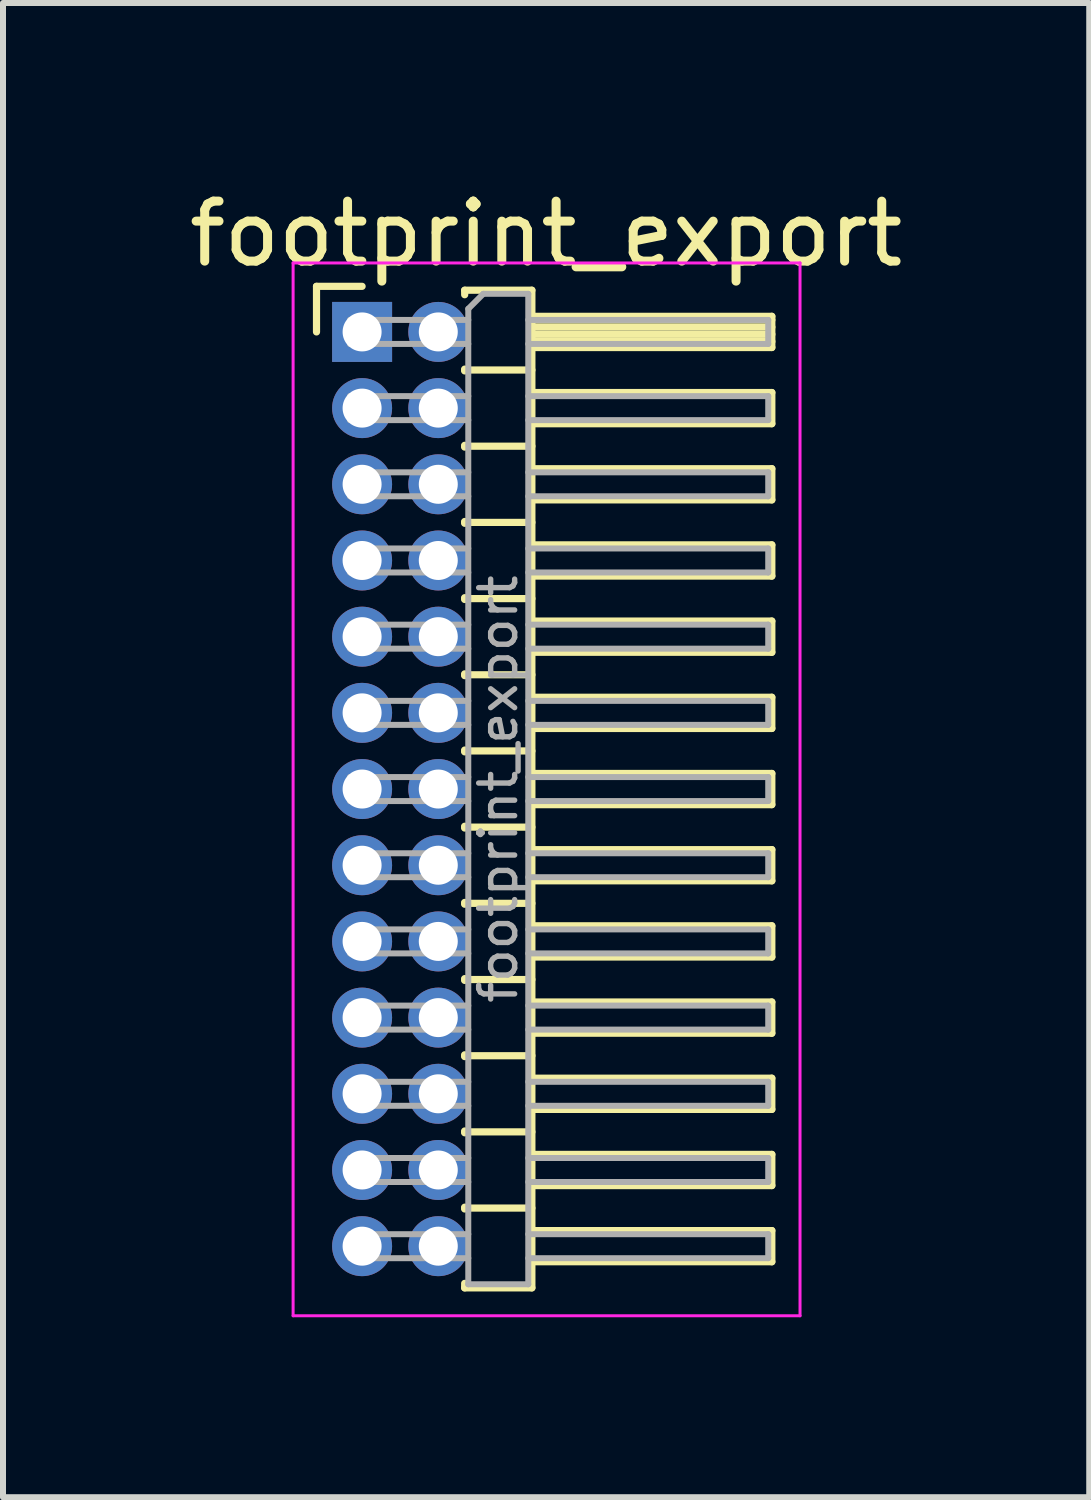
<source format=kicad_pcb>
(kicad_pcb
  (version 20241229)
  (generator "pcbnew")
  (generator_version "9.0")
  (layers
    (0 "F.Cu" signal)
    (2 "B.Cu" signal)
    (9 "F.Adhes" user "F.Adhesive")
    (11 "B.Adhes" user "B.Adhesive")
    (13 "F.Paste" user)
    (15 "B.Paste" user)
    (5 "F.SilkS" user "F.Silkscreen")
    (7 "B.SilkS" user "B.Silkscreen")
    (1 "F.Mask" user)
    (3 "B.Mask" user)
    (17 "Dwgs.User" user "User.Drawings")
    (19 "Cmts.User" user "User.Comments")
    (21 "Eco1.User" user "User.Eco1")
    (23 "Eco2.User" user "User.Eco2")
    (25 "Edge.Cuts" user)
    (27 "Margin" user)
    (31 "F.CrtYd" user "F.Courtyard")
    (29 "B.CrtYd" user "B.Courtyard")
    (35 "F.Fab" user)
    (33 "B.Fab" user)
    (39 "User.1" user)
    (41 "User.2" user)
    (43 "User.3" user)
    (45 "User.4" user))
  (footprint "footprint_export"
    (layer "F.Cu")
    (at 2.986 2.483)
    (property "Reference" "footprint_export" (at 3.067 -1.635 0) (layer "F.SilkS") (effects (font (size 1 1) (thickness 0.15))))
    (attr through_hole)
    (fp_line (start -0.76 -0.76) (end 0 -0.76) (stroke (width 0.12) (type solid)) (layer "F.SilkS"))
    (fp_line (start -0.76 0) (end -0.76 -0.76) (stroke (width 0.12) (type solid)) (layer "F.SilkS"))
    (fp_line (start 1.71 -0.695) (end 2.83 -0.695) (stroke (width 0.12) (type solid)) (layer "F.SilkS"))
    (fp_line (start 1.71 -0.62) (end 1.71 -0.695) (stroke (width 0.12) (type solid)) (layer "F.SilkS"))
    (fp_line (start 1.71 0.62) (end 1.71 0.65) (stroke (width 0.12) (type solid)) (layer "F.SilkS"))
    (fp_line (start 1.71 0.635) (end 2.83 0.635) (stroke (width 0.12) (type solid)) (layer "F.SilkS"))
    (fp_line (start 1.71 1.89) (end 1.71 1.92) (stroke (width 0.12) (type solid)) (layer "F.SilkS"))
    (fp_line (start 1.71 1.905) (end 2.83 1.905) (stroke (width 0.12) (type solid)) (layer "F.SilkS"))
    (fp_line (start 1.71 3.16) (end 1.71 3.19) (stroke (width 0.12) (type solid)) (layer "F.SilkS"))
    (fp_line (start 1.71 3.175) (end 2.83 3.175) (stroke (width 0.12) (type solid)) (layer "F.SilkS"))
    (fp_line (start 1.71 4.43) (end 1.71 4.46) (stroke (width 0.12) (type solid)) (layer "F.SilkS"))
    (fp_line (start 1.71 4.445) (end 2.83 4.445) (stroke (width 0.12) (type solid)) (layer "F.SilkS"))
    (fp_line (start 1.71 5.7) (end 1.71 5.73) (stroke (width 0.12) (type solid)) (layer "F.SilkS"))
    (fp_line (start 1.71 5.715) (end 2.83 5.715) (stroke (width 0.12) (type solid)) (layer "F.SilkS"))
    (fp_line (start 1.71 6.97) (end 1.71 7) (stroke (width 0.12) (type solid)) (layer "F.SilkS"))
    (fp_line (start 1.71 6.985) (end 2.83 6.985) (stroke (width 0.12) (type solid)) (layer "F.SilkS"))
    (fp_line (start 1.71 8.24) (end 1.71 8.27) (stroke (width 0.12) (type solid)) (layer "F.SilkS"))
    (fp_line (start 1.71 8.255) (end 2.83 8.255) (stroke (width 0.12) (type solid)) (layer "F.SilkS"))
    (fp_line (start 1.71 9.51) (end 1.71 9.54) (stroke (width 0.12) (type solid)) (layer "F.SilkS"))
    (fp_line (start 1.71 9.525) (end 2.83 9.525) (stroke (width 0.12) (type solid)) (layer "F.SilkS"))
    (fp_line (start 1.71 10.78) (end 1.71 10.81) (stroke (width 0.12) (type solid)) (layer "F.SilkS"))
    (fp_line (start 1.71 10.795) (end 2.83 10.795) (stroke (width 0.12) (type solid)) (layer "F.SilkS"))
    (fp_line (start 1.71 12.05) (end 1.71 12.08) (stroke (width 0.12) (type solid)) (layer "F.SilkS"))
    (fp_line (start 1.71 12.065) (end 2.83 12.065) (stroke (width 0.12) (type solid)) (layer "F.SilkS"))
    (fp_line (start 1.71 13.32) (end 1.71 13.35) (stroke (width 0.12) (type solid)) (layer "F.SilkS"))
    (fp_line (start 1.71 13.335) (end 2.83 13.335) (stroke (width 0.12) (type solid)) (layer "F.SilkS"))
    (fp_line (start 1.71 14.59) (end 1.71 14.62) (stroke (width 0.12) (type solid)) (layer "F.SilkS"))
    (fp_line (start 1.71 14.605) (end 2.83 14.605) (stroke (width 0.12) (type solid)) (layer "F.SilkS"))
    (fp_line (start 1.71 15.935) (end 1.71 15.86) (stroke (width 0.12) (type solid)) (layer "F.SilkS"))
    (fp_line (start 2.83 -0.695) (end 2.83 15.935) (stroke (width 0.12) (type solid)) (layer "F.SilkS"))
    (fp_line (start 2.83 -0.26) (end 6.83 -0.26) (stroke (width 0.12) (type solid)) (layer "F.SilkS"))
    (fp_line (start 2.83 -0.2) (end 6.83 -0.2) (stroke (width 0.12) (type solid)) (layer "F.SilkS"))
    (fp_line (start 2.83 -0.08) (end 6.83 -0.08) (stroke (width 0.12) (type solid)) (layer "F.SilkS"))
    (fp_line (start 2.83 0.04) (end 6.83 0.04) (stroke (width 0.12) (type solid)) (layer "F.SilkS"))
    (fp_line (start 2.83 0.16) (end 6.83 0.16) (stroke (width 0.12) (type solid)) (layer "F.SilkS"))
    (fp_line (start 2.83 1.01) (end 6.83 1.01) (stroke (width 0.12) (type solid)) (layer "F.SilkS"))
    (fp_line (start 2.83 2.28) (end 6.83 2.28) (stroke (width 0.12) (type solid)) (layer "F.SilkS"))
    (fp_line (start 2.83 3.55) (end 6.83 3.55) (stroke (width 0.12) (type solid)) (layer "F.SilkS"))
    (fp_line (start 2.83 4.82) (end 6.83 4.82) (stroke (width 0.12) (type solid)) (layer "F.SilkS"))
    (fp_line (start 2.83 6.09) (end 6.83 6.09) (stroke (width 0.12) (type solid)) (layer "F.SilkS"))
    (fp_line (start 2.83 7.36) (end 6.83 7.36) (stroke (width 0.12) (type solid)) (layer "F.SilkS"))
    (fp_line (start 2.83 8.63) (end 6.83 8.63) (stroke (width 0.12) (type solid)) (layer "F.SilkS"))
    (fp_line (start 2.83 9.9) (end 6.83 9.9) (stroke (width 0.12) (type solid)) (layer "F.SilkS"))
    (fp_line (start 2.83 11.17) (end 6.83 11.17) (stroke (width 0.12) (type solid)) (layer "F.SilkS"))
    (fp_line (start 2.83 12.44) (end 6.83 12.44) (stroke (width 0.12) (type solid)) (layer "F.SilkS"))
    (fp_line (start 2.83 13.71) (end 6.83 13.71) (stroke (width 0.12) (type solid)) (layer "F.SilkS"))
    (fp_line (start 2.83 14.98) (end 6.83 14.98) (stroke (width 0.12) (type solid)) (layer "F.SilkS"))
    (fp_line (start 2.83 15.935) (end 1.71 15.935) (stroke (width 0.12) (type solid)) (layer "F.SilkS"))
    (fp_line (start 6.83 -0.26) (end 6.83 0.26) (stroke (width 0.12) (type solid)) (layer "F.SilkS"))
    (fp_line (start 6.83 0.26) (end 2.83 0.26) (stroke (width 0.12) (type solid)) (layer "F.SilkS"))
    (fp_line (start 6.83 1.01) (end 6.83 1.53) (stroke (width 0.12) (type solid)) (layer "F.SilkS"))
    (fp_line (start 6.83 1.53) (end 2.83 1.53) (stroke (width 0.12) (type solid)) (layer "F.SilkS"))
    (fp_line (start 6.83 2.28) (end 6.83 2.8) (stroke (width 0.12) (type solid)) (layer "F.SilkS"))
    (fp_line (start 6.83 2.8) (end 2.83 2.8) (stroke (width 0.12) (type solid)) (layer "F.SilkS"))
    (fp_line (start 6.83 3.55) (end 6.83 4.07) (stroke (width 0.12) (type solid)) (layer "F.SilkS"))
    (fp_line (start 6.83 4.07) (end 2.83 4.07) (stroke (width 0.12) (type solid)) (layer "F.SilkS"))
    (fp_line (start 6.83 4.82) (end 6.83 5.34) (stroke (width 0.12) (type solid)) (layer "F.SilkS"))
    (fp_line (start 6.83 5.34) (end 2.83 5.34) (stroke (width 0.12) (type solid)) (layer "F.SilkS"))
    (fp_line (start 6.83 6.09) (end 6.83 6.61) (stroke (width 0.12) (type solid)) (layer "F.SilkS"))
    (fp_line (start 6.83 6.61) (end 2.83 6.61) (stroke (width 0.12) (type solid)) (layer "F.SilkS"))
    (fp_line (start 6.83 7.36) (end 6.83 7.88) (stroke (width 0.12) (type solid)) (layer "F.SilkS"))
    (fp_line (start 6.83 7.88) (end 2.83 7.88) (stroke (width 0.12) (type solid)) (layer "F.SilkS"))
    (fp_line (start 6.83 8.63) (end 6.83 9.15) (stroke (width 0.12) (type solid)) (layer "F.SilkS"))
    (fp_line (start 6.83 9.15) (end 2.83 9.15) (stroke (width 0.12) (type solid)) (layer "F.SilkS"))
    (fp_line (start 6.83 9.9) (end 6.83 10.42) (stroke (width 0.12) (type solid)) (layer "F.SilkS"))
    (fp_line (start 6.83 10.42) (end 2.83 10.42) (stroke (width 0.12) (type solid)) (layer "F.SilkS"))
    (fp_line (start 6.83 11.17) (end 6.83 11.69) (stroke (width 0.12) (type solid)) (layer "F.SilkS"))
    (fp_line (start 6.83 11.69) (end 2.83 11.69) (stroke (width 0.12) (type solid)) (layer "F.SilkS"))
    (fp_line (start 6.83 12.44) (end 6.83 12.96) (stroke (width 0.12) (type solid)) (layer "F.SilkS"))
    (fp_line (start 6.83 12.96) (end 2.83 12.96) (stroke (width 0.12) (type solid)) (layer "F.SilkS"))
    (fp_line (start 6.83 13.71) (end 6.83 14.23) (stroke (width 0.12) (type solid)) (layer "F.SilkS"))
    (fp_line (start 6.83 14.23) (end 2.83 14.23) (stroke (width 0.12) (type solid)) (layer "F.SilkS"))
    (fp_line (start 6.83 14.98) (end 6.83 15.5) (stroke (width 0.12) (type solid)) (layer "F.SilkS"))
    (fp_line (start 6.83 15.5) (end 2.83 15.5) (stroke (width 0.12) (type solid)) (layer "F.SilkS"))
    (fp_line (start -1.15 -1.15) (end -1.15 16.4) (stroke (width 0.05) (type solid)) (layer "F.CrtYd"))
    (fp_line (start -1.15 16.4) (end 7.3 16.4) (stroke (width 0.05) (type solid)) (layer "F.CrtYd"))
    (fp_line (start 7.3 -1.15) (end -1.15 -1.15) (stroke (width 0.05) (type solid)) (layer "F.CrtYd"))
    (fp_line (start 7.3 16.4) (end 7.3 -1.15) (stroke (width 0.05) (type solid)) (layer "F.CrtYd"))
    (fp_line (start -0.2 -0.2) (end -0.2 0.2) (stroke (width 0.1) (type solid)) (layer "F.Fab"))
    (fp_line (start -0.2 -0.2) (end 1.77 -0.2) (stroke (width 0.1) (type solid)) (layer "F.Fab"))
    (fp_line (start -0.2 0.2) (end 1.77 0.2) (stroke (width 0.1) (type solid)) (layer "F.Fab"))
    (fp_line (start -0.2 1.07) (end -0.2 1.47) (stroke (width 0.1) (type solid)) (layer "F.Fab"))
    (fp_line (start -0.2 1.07) (end 1.77 1.07) (stroke (width 0.1) (type solid)) (layer "F.Fab"))
    (fp_line (start -0.2 1.47) (end 1.77 1.47) (stroke (width 0.1) (type solid)) (layer "F.Fab"))
    (fp_line (start -0.2 2.34) (end -0.2 2.74) (stroke (width 0.1) (type solid)) (layer "F.Fab"))
    (fp_line (start -0.2 2.34) (end 1.77 2.34) (stroke (width 0.1) (type solid)) (layer "F.Fab"))
    (fp_line (start -0.2 2.74) (end 1.77 2.74) (stroke (width 0.1) (type solid)) (layer "F.Fab"))
    (fp_line (start -0.2 3.61) (end -0.2 4.01) (stroke (width 0.1) (type solid)) (layer "F.Fab"))
    (fp_line (start -0.2 3.61) (end 1.77 3.61) (stroke (width 0.1) (type solid)) (layer "F.Fab"))
    (fp_line (start -0.2 4.01) (end 1.77 4.01) (stroke (width 0.1) (type solid)) (layer "F.Fab"))
    (fp_line (start -0.2 4.88) (end -0.2 5.28) (stroke (width 0.1) (type solid)) (layer "F.Fab"))
    (fp_line (start -0.2 4.88) (end 1.77 4.88) (stroke (width 0.1) (type solid)) (layer "F.Fab"))
    (fp_line (start -0.2 5.28) (end 1.77 5.28) (stroke (width 0.1) (type solid)) (layer "F.Fab"))
    (fp_line (start -0.2 6.15) (end -0.2 6.55) (stroke (width 0.1) (type solid)) (layer "F.Fab"))
    (fp_line (start -0.2 6.15) (end 1.77 6.15) (stroke (width 0.1) (type solid)) (layer "F.Fab"))
    (fp_line (start -0.2 6.55) (end 1.77 6.55) (stroke (width 0.1) (type solid)) (layer "F.Fab"))
    (fp_line (start -0.2 7.42) (end -0.2 7.82) (stroke (width 0.1) (type solid)) (layer "F.Fab"))
    (fp_line (start -0.2 7.42) (end 1.77 7.42) (stroke (width 0.1) (type solid)) (layer "F.Fab"))
    (fp_line (start -0.2 7.82) (end 1.77 7.82) (stroke (width 0.1) (type solid)) (layer "F.Fab"))
    (fp_line (start -0.2 8.69) (end -0.2 9.09) (stroke (width 0.1) (type solid)) (layer "F.Fab"))
    (fp_line (start -0.2 8.69) (end 1.77 8.69) (stroke (width 0.1) (type solid)) (layer "F.Fab"))
    (fp_line (start -0.2 9.09) (end 1.77 9.09) (stroke (width 0.1) (type solid)) (layer "F.Fab"))
    (fp_line (start -0.2 9.96) (end -0.2 10.36) (stroke (width 0.1) (type solid)) (layer "F.Fab"))
    (fp_line (start -0.2 9.96) (end 1.77 9.96) (stroke (width 0.1) (type solid)) (layer "F.Fab"))
    (fp_line (start -0.2 10.36) (end 1.77 10.36) (stroke (width 0.1) (type solid)) (layer "F.Fab"))
    (fp_line (start -0.2 11.23) (end -0.2 11.63) (stroke (width 0.1) (type solid)) (layer "F.Fab"))
    (fp_line (start -0.2 11.23) (end 1.77 11.23) (stroke (width 0.1) (type solid)) (layer "F.Fab"))
    (fp_line (start -0.2 11.63) (end 1.77 11.63) (stroke (width 0.1) (type solid)) (layer "F.Fab"))
    (fp_line (start -0.2 12.5) (end -0.2 12.9) (stroke (width 0.1) (type solid)) (layer "F.Fab"))
    (fp_line (start -0.2 12.5) (end 1.77 12.5) (stroke (width 0.1) (type solid)) (layer "F.Fab"))
    (fp_line (start -0.2 12.9) (end 1.77 12.9) (stroke (width 0.1) (type solid)) (layer "F.Fab"))
    (fp_line (start -0.2 13.77) (end -0.2 14.17) (stroke (width 0.1) (type solid)) (layer "F.Fab"))
    (fp_line (start -0.2 13.77) (end 1.77 13.77) (stroke (width 0.1) (type solid)) (layer "F.Fab"))
    (fp_line (start -0.2 14.17) (end 1.77 14.17) (stroke (width 0.1) (type solid)) (layer "F.Fab"))
    (fp_line (start -0.2 15.04) (end -0.2 15.44) (stroke (width 0.1) (type solid)) (layer "F.Fab"))
    (fp_line (start -0.2 15.04) (end 1.77 15.04) (stroke (width 0.1) (type solid)) (layer "F.Fab"))
    (fp_line (start -0.2 15.44) (end 1.77 15.44) (stroke (width 0.1) (type solid)) (layer "F.Fab"))
    (fp_line (start 1.77 -0.385) (end 2.02 -0.635) (stroke (width 0.1) (type solid)) (layer "F.Fab"))
    (fp_line (start 1.77 15.875) (end 1.77 -0.385) (stroke (width 0.1) (type solid)) (layer "F.Fab"))
    (fp_line (start 2.02 -0.635) (end 2.77 -0.635) (stroke (width 0.1) (type solid)) (layer "F.Fab"))
    (fp_line (start 2.77 -0.635) (end 2.77 15.875) (stroke (width 0.1) (type solid)) (layer "F.Fab"))
    (fp_line (start 2.77 -0.2) (end 6.77 -0.2) (stroke (width 0.1) (type solid)) (layer "F.Fab"))
    (fp_line (start 2.77 0.2) (end 6.77 0.2) (stroke (width 0.1) (type solid)) (layer "F.Fab"))
    (fp_line (start 2.77 1.07) (end 6.77 1.07) (stroke (width 0.1) (type solid)) (layer "F.Fab"))
    (fp_line (start 2.77 1.47) (end 6.77 1.47) (stroke (width 0.1) (type solid)) (layer "F.Fab"))
    (fp_line (start 2.77 2.34) (end 6.77 2.34) (stroke (width 0.1) (type solid)) (layer "F.Fab"))
    (fp_line (start 2.77 2.74) (end 6.77 2.74) (stroke (width 0.1) (type solid)) (layer "F.Fab"))
    (fp_line (start 2.77 3.61) (end 6.77 3.61) (stroke (width 0.1) (type solid)) (layer "F.Fab"))
    (fp_line (start 2.77 4.01) (end 6.77 4.01) (stroke (width 0.1) (type solid)) (layer "F.Fab"))
    (fp_line (start 2.77 4.88) (end 6.77 4.88) (stroke (width 0.1) (type solid)) (layer "F.Fab"))
    (fp_line (start 2.77 5.28) (end 6.77 5.28) (stroke (width 0.1) (type solid)) (layer "F.Fab"))
    (fp_line (start 2.77 6.15) (end 6.77 6.15) (stroke (width 0.1) (type solid)) (layer "F.Fab"))
    (fp_line (start 2.77 6.55) (end 6.77 6.55) (stroke (width 0.1) (type solid)) (layer "F.Fab"))
    (fp_line (start 2.77 7.42) (end 6.77 7.42) (stroke (width 0.1) (type solid)) (layer "F.Fab"))
    (fp_line (start 2.77 7.82) (end 6.77 7.82) (stroke (width 0.1) (type solid)) (layer "F.Fab"))
    (fp_line (start 2.77 8.69) (end 6.77 8.69) (stroke (width 0.1) (type solid)) (layer "F.Fab"))
    (fp_line (start 2.77 9.09) (end 6.77 9.09) (stroke (width 0.1) (type solid)) (layer "F.Fab"))
    (fp_line (start 2.77 9.96) (end 6.77 9.96) (stroke (width 0.1) (type solid)) (layer "F.Fab"))
    (fp_line (start 2.77 10.36) (end 6.77 10.36) (stroke (width 0.1) (type solid)) (layer "F.Fab"))
    (fp_line (start 2.77 11.23) (end 6.77 11.23) (stroke (width 0.1) (type solid)) (layer "F.Fab"))
    (fp_line (start 2.77 11.63) (end 6.77 11.63) (stroke (width 0.1) (type solid)) (layer "F.Fab"))
    (fp_line (start 2.77 12.5) (end 6.77 12.5) (stroke (width 0.1) (type solid)) (layer "F.Fab"))
    (fp_line (start 2.77 12.9) (end 6.77 12.9) (stroke (width 0.1) (type solid)) (layer "F.Fab"))
    (fp_line (start 2.77 13.77) (end 6.77 13.77) (stroke (width 0.1) (type solid)) (layer "F.Fab"))
    (fp_line (start 2.77 14.17) (end 6.77 14.17) (stroke (width 0.1) (type solid)) (layer "F.Fab"))
    (fp_line (start 2.77 15.04) (end 6.77 15.04) (stroke (width 0.1) (type solid)) (layer "F.Fab"))
    (fp_line (start 2.77 15.44) (end 6.77 15.44) (stroke (width 0.1) (type solid)) (layer "F.Fab"))
    (fp_line (start 2.77 15.875) (end 1.77 15.875) (stroke (width 0.1) (type solid)) (layer "F.Fab"))
    (fp_line (start 6.77 -0.2) (end 6.77 0.2) (stroke (width 0.1) (type solid)) (layer "F.Fab"))
    (fp_line (start 6.77 1.07) (end 6.77 1.47) (stroke (width 0.1) (type solid)) (layer "F.Fab"))
    (fp_line (start 6.77 2.34) (end 6.77 2.74) (stroke (width 0.1) (type solid)) (layer "F.Fab"))
    (fp_line (start 6.77 3.61) (end 6.77 4.01) (stroke (width 0.1) (type solid)) (layer "F.Fab"))
    (fp_line (start 6.77 4.88) (end 6.77 5.28) (stroke (width 0.1) (type solid)) (layer "F.Fab"))
    (fp_line (start 6.77 6.15) (end 6.77 6.55) (stroke (width 0.1) (type solid)) (layer "F.Fab"))
    (fp_line (start 6.77 7.42) (end 6.77 7.82) (stroke (width 0.1) (type solid)) (layer "F.Fab"))
    (fp_line (start 6.77 8.69) (end 6.77 9.09) (stroke (width 0.1) (type solid)) (layer "F.Fab"))
    (fp_line (start 6.77 9.96) (end 6.77 10.36) (stroke (width 0.1) (type solid)) (layer "F.Fab"))
    (fp_line (start 6.77 11.23) (end 6.77 11.63) (stroke (width 0.1) (type solid)) (layer "F.Fab"))
    (fp_line (start 6.77 12.5) (end 6.77 12.9) (stroke (width 0.1) (type solid)) (layer "F.Fab"))
    (fp_line (start 6.77 13.77) (end 6.77 14.17) (stroke (width 0.1) (type solid)) (layer "F.Fab"))
    (fp_line (start 6.77 15.04) (end 6.77 15.44) (stroke (width 0.1) (type solid)) (layer "F.Fab"))
    (fp_text user "${REFERENCE}" (at 2.27 7.62 90) (layer "F.Fab") (effects (font (size 0.6 0.6) (thickness 0.09))))
    (pad "1" thru_hole rect (at 0 0) (size 1 1) (drill 0.65) (layers "*.Cu" "*.Mask"))
    (pad "2" thru_hole oval (at 1.27 0) (size 1 1) (drill 0.65) (layers "*.Cu" "*.Mask"))
    (pad "3" thru_hole oval (at 0 1.27) (size 1 1) (drill 0.65) (layers "*.Cu" "*.Mask"))
    (pad "4" thru_hole oval (at 1.27 1.27) (size 1 1) (drill 0.65) (layers "*.Cu" "*.Mask"))
    (pad "5" thru_hole oval (at 0 2.54) (size 1 1) (drill 0.65) (layers "*.Cu" "*.Mask"))
    (pad "6" thru_hole oval (at 1.27 2.54) (size 1 1) (drill 0.65) (layers "*.Cu" "*.Mask"))
    (pad "7" thru_hole oval (at 0 3.81) (size 1 1) (drill 0.65) (layers "*.Cu" "*.Mask"))
    (pad "8" thru_hole oval (at 1.27 3.81) (size 1 1) (drill 0.65) (layers "*.Cu" "*.Mask"))
    (pad "9" thru_hole oval (at 0 5.08) (size 1 1) (drill 0.65) (layers "*.Cu" "*.Mask"))
    (pad "10" thru_hole oval (at 1.27 5.08) (size 1 1) (drill 0.65) (layers "*.Cu" "*.Mask"))
    (pad "11" thru_hole oval (at 0 6.35) (size 1 1) (drill 0.65) (layers "*.Cu" "*.Mask"))
    (pad "12" thru_hole oval (at 1.27 6.35) (size 1 1) (drill 0.65) (layers "*.Cu" "*.Mask"))
    (pad "13" thru_hole oval (at 0 7.62) (size 1 1) (drill 0.65) (layers "*.Cu" "*.Mask"))
    (pad "14" thru_hole oval (at 1.27 7.62) (size 1 1) (drill 0.65) (layers "*.Cu" "*.Mask"))
    (pad "15" thru_hole oval (at 0 8.89) (size 1 1) (drill 0.65) (layers "*.Cu" "*.Mask"))
    (pad "16" thru_hole oval (at 1.27 8.89) (size 1 1) (drill 0.65) (layers "*.Cu" "*.Mask"))
    (pad "17" thru_hole oval (at 0 10.16) (size 1 1) (drill 0.65) (layers "*.Cu" "*.Mask"))
    (pad "18" thru_hole oval (at 1.27 10.16) (size 1 1) (drill 0.65) (layers "*.Cu" "*.Mask"))
    (pad "19" thru_hole oval (at 0 11.43) (size 1 1) (drill 0.65) (layers "*.Cu" "*.Mask"))
    (pad "20" thru_hole oval (at 1.27 11.43) (size 1 1) (drill 0.65) (layers "*.Cu" "*.Mask"))
    (pad "21" thru_hole oval (at 0 12.7) (size 1 1) (drill 0.65) (layers "*.Cu" "*.Mask"))
    (pad "22" thru_hole oval (at 1.27 12.7) (size 1 1) (drill 0.65) (layers "*.Cu" "*.Mask"))
    (pad "23" thru_hole oval (at 0 13.97) (size 1 1) (drill 0.65) (layers "*.Cu" "*.Mask"))
    (pad "24" thru_hole oval (at 1.27 13.97) (size 1 1) (drill 0.65) (layers "*.Cu" "*.Mask"))
    (pad "25" thru_hole oval (at 0 15.24) (size 1 1) (drill 0.65) (layers "*.Cu" "*.Mask"))
    (pad "26" thru_hole oval (at 1.27 15.24) (size 1 1) (drill 0.65) (layers "*.Cu" "*.Mask")))
  (gr_rect
    (start -3 -3)
    (end 15.107 21.908)
    (stroke (width 0.1) (type default))
    (fill no)
    (layer "Edge.Cuts")))
</source>
